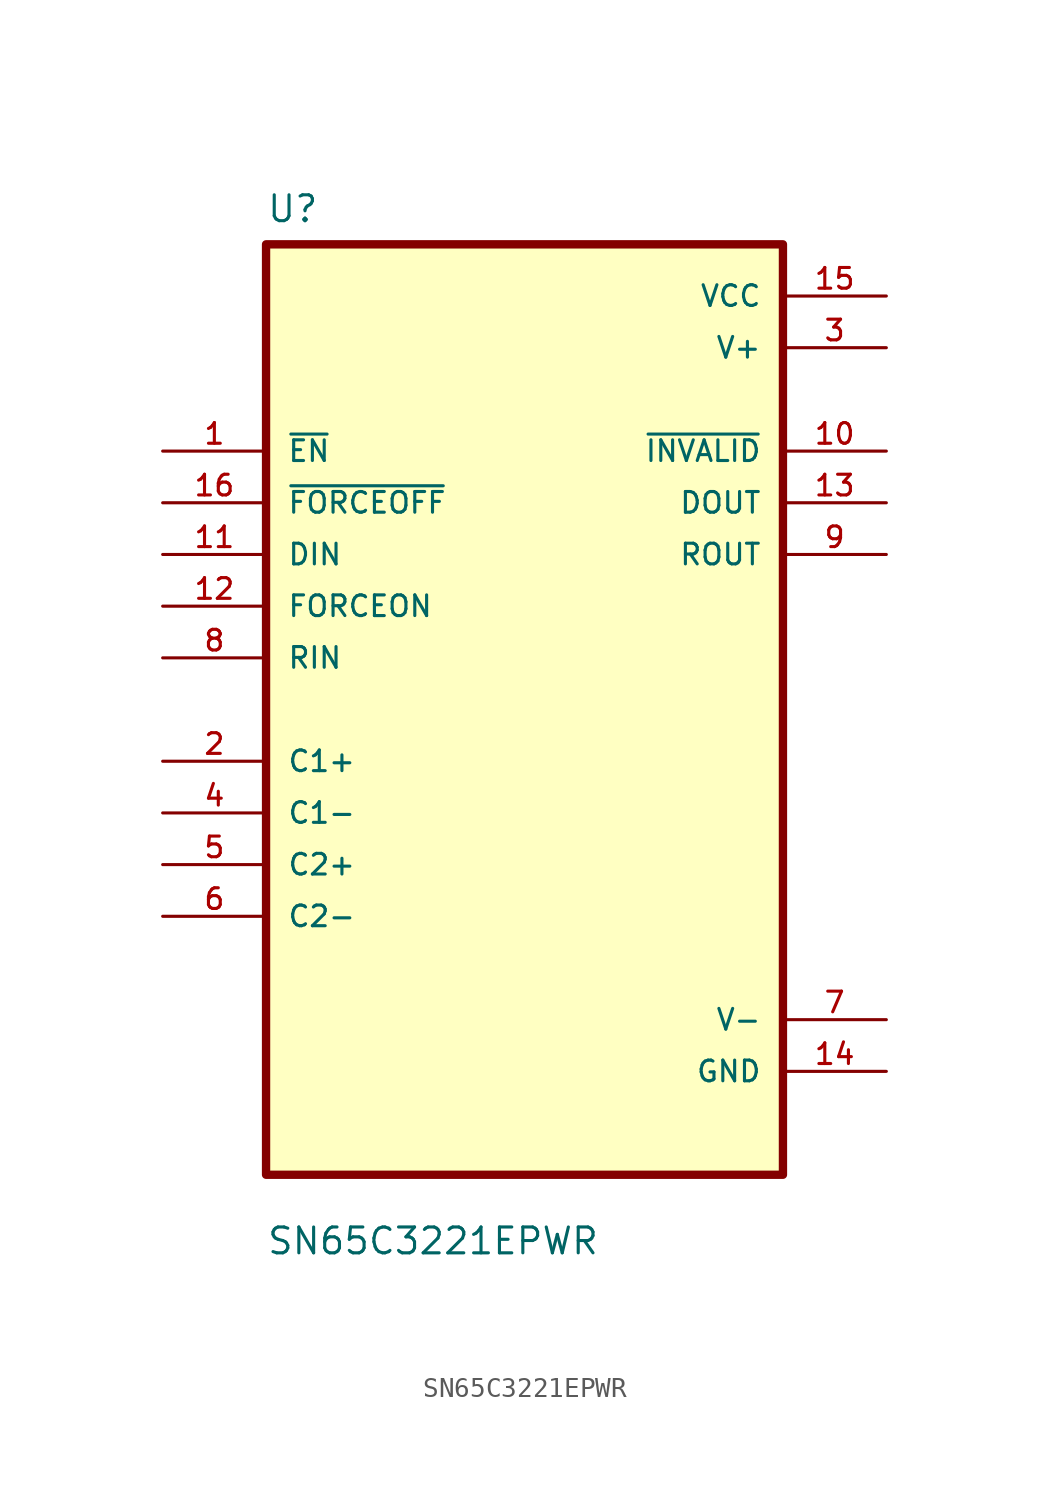
<source format=kicad_sym>
(kicad_symbol_lib
  (version 20211014)
  (generator kicad_symbol_editor)
  (symbol "SN65C3221EPWR"
    (pin_names
      (offset 1.016))
    (property "Reference" "U"
      (at -12.7 23.86 0.0)
      (effects (font (size 1.27 1.27)) (justify bottom left)))
    (property "Value" "SN65C3221EPWR"
      (at -12.7 -26.86 0.0)
      (effects (font (size 1.27 1.27)) (justify bottom left)))
    (symbol "SN65C3221EPWR_0_0"
      (rectangle (start -12.7 -22.86) (end 12.7 22.86) (stroke (width 0.41)) (fill (type background)))
      (pin input line (at -17.78 12.7 0) (length 5.08) (name "~{EN}" (effects (font (size 1.016 1.016)))) (number "1" (effects (font (size 1.016 1.016)))))
      (pin input line (at -17.78 10.16 0) (length 5.08) (name "~{FORCEOFF}" (effects (font (size 1.016 1.016)))) (number "16" (effects (font (size 1.016 1.016)))))
      (pin input line (at -17.78 7.62 0) (length 5.08) (name "DIN" (effects (font (size 1.016 1.016)))) (number "11" (effects (font (size 1.016 1.016)))))
      (pin input line (at -17.78 5.08 0) (length 5.08) (name "FORCEON" (effects (font (size 1.016 1.016)))) (number "12" (effects (font (size 1.016 1.016)))))
      (pin input line (at -17.78 2.54 0) (length 5.08) (name "RIN" (effects (font (size 1.016 1.016)))) (number "8" (effects (font (size 1.016 1.016)))))
      (pin bidirectional line (at -17.78 -2.54 0) (length 5.08) (name "C1+" (effects (font (size 1.016 1.016)))) (number "2" (effects (font (size 1.016 1.016)))))
      (pin bidirectional line (at -17.78 -5.08 0) (length 5.08) (name "C1-" (effects (font (size 1.016 1.016)))) (number "4" (effects (font (size 1.016 1.016)))))
      (pin bidirectional line (at -17.78 -7.62 0) (length 5.08) (name "C2+" (effects (font (size 1.016 1.016)))) (number "5" (effects (font (size 1.016 1.016)))))
      (pin bidirectional line (at -17.78 -10.16 0) (length 5.08) (name "C2-" (effects (font (size 1.016 1.016)))) (number "6" (effects (font (size 1.016 1.016)))))
      (pin power_in line (at 17.78 20.32 180.0) (length 5.08) (name "VCC" (effects (font (size 1.016 1.016)))) (number "15" (effects (font (size 1.016 1.016)))))
      (pin power_in line (at 17.78 17.78 180.0) (length 5.08) (name "V+" (effects (font (size 1.016 1.016)))) (number "3" (effects (font (size 1.016 1.016)))))
      (pin output line (at 17.78 12.7 180.0) (length 5.08) (name "~{INVALID}" (effects (font (size 1.016 1.016)))) (number "10" (effects (font (size 1.016 1.016)))))
      (pin output line (at 17.78 10.16 180.0) (length 5.08) (name "DOUT" (effects (font (size 1.016 1.016)))) (number "13" (effects (font (size 1.016 1.016)))))
      (pin output line (at 17.78 7.62 180.0) (length 5.08) (name "ROUT" (effects (font (size 1.016 1.016)))) (number "9" (effects (font (size 1.016 1.016)))))
      (pin power_in line (at 17.78 -15.24 180.0) (length 5.08) (name "V-" (effects (font (size 1.016 1.016)))) (number "7" (effects (font (size 1.016 1.016)))))
      (pin power_in line (at 17.78 -17.78 180.0) (length 5.08) (name "GND" (effects (font (size 1.016 1.016)))) (number "14" (effects (font (size 1.016 1.016))))))))
</source>
